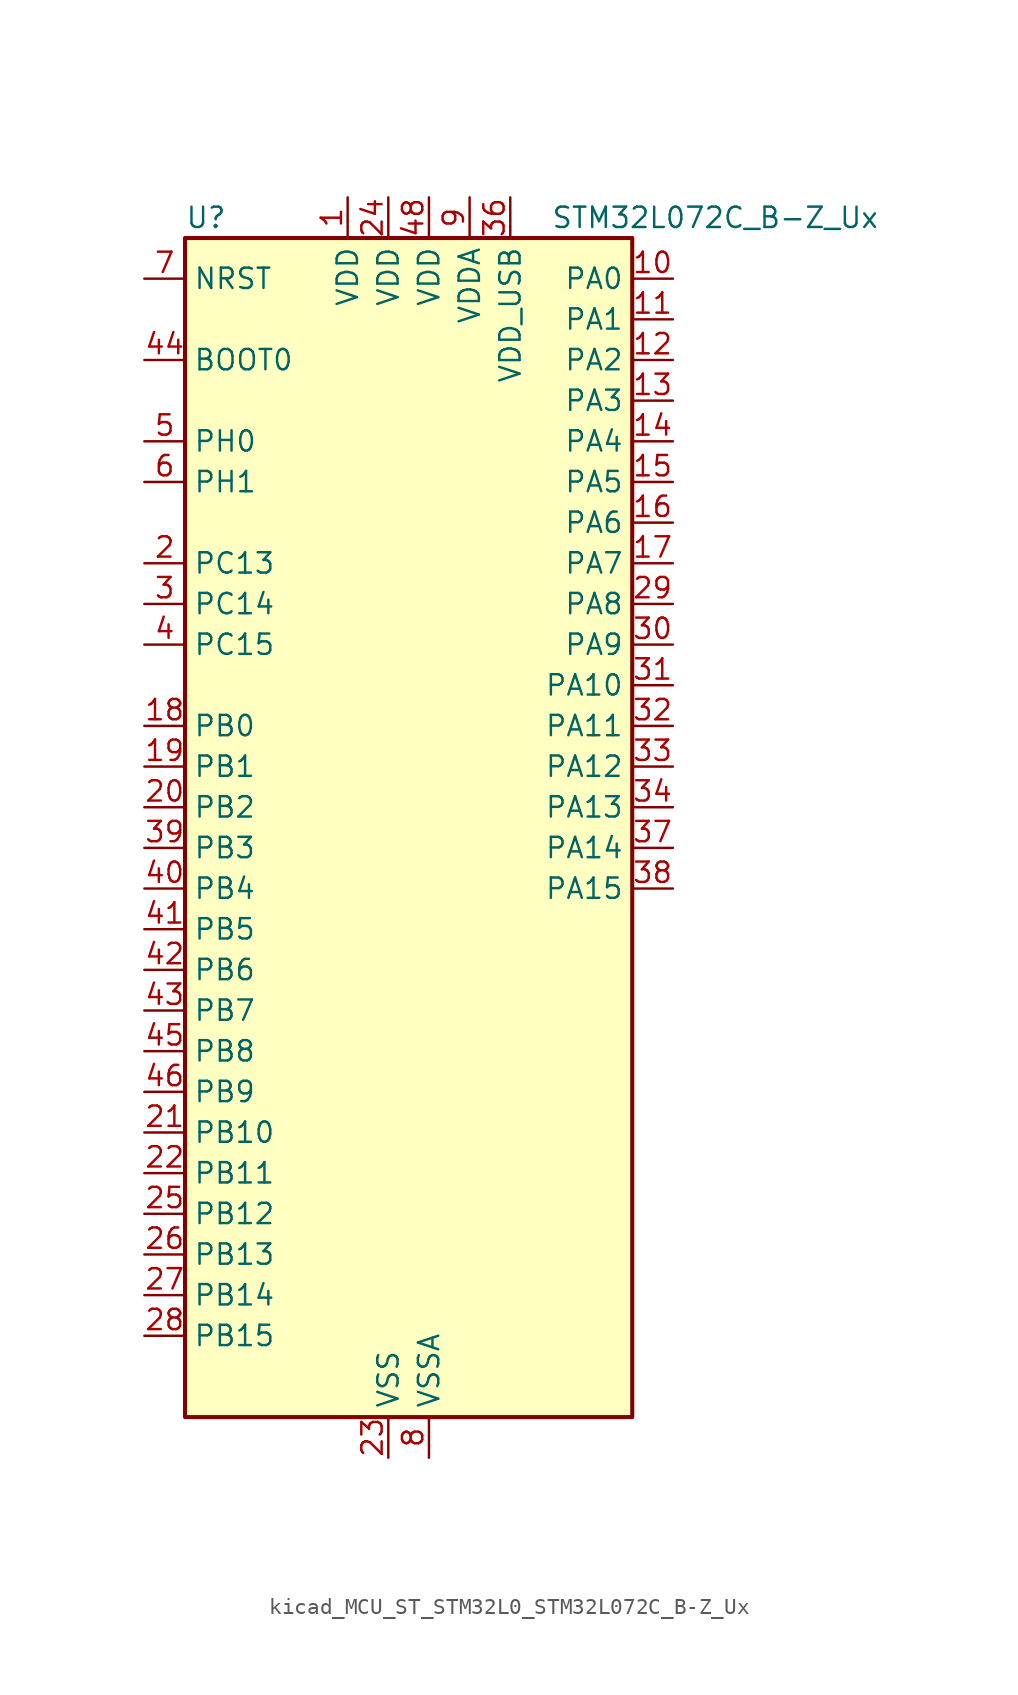
<source format=kicad_sym>
(kicad_symbol_lib
  (version 20220914)
  (generator kicad_symbol_editor)
  (symbol "kicad_MCU_ST_STM32L0_STM32L072C_B-Z_Ux"
    (property "Reference" "U"
      (at -12.7 39.37 0)
      (effects (font (size 1.27 1.27)) (justify left)))
    (property "Value" "STM32L072C_B-Z_Ux"
      (at 10.16 39.37 0)
      (effects (font (size 1.27 1.27)) (justify left)))
    (property "ki_locked" ""
      (at 0 0 0)
      (effects (font (size 1.27 1.27))))
    (symbol "kicad_MCU_ST_STM32L0_STM32L072C_B-Z_Ux_0_1"
      (rectangle (start -12.7 -35.56) (end 15.24 38.1) (stroke (width 0.254) (type default)) (fill (type background))))
    (symbol "kicad_MCU_ST_STM32L0_STM32L072C_B-Z_Ux_1_1"
      (pin power_in line (at -2.54 40.64 270) (length 2.54) (name "VDD" (effects (font (size 1.27 1.27)))) (number "1" (effects (font (size 1.27 1.27)))))
      (pin bidirectional line (at 17.78 35.56 180) (length 2.54) (name "PA0" (effects (font (size 1.27 1.27)))) (number "10" (effects (font (size 1.27 1.27)))) (alternate "ADC_IN0" bidirectional line) (alternate "COMP1_INM" bidirectional line) (alternate "COMP1_OUT" bidirectional line) (alternate "RTC_TAMP2" bidirectional line) (alternate "SYS_WKUP1" bidirectional line) (alternate "TIM2_CH1" bidirectional line) (alternate "TIM2_ETR" bidirectional line) (alternate "TSC_G1_IO1" bidirectional line) (alternate "USART2_CTS" bidirectional line) (alternate "USART4_TX" bidirectional line))
      (pin bidirectional line (at 17.78 33.02 180) (length 2.54) (name "PA1" (effects (font (size 1.27 1.27)))) (number "11" (effects (font (size 1.27 1.27)))) (alternate "ADC_IN1" bidirectional line) (alternate "COMP1_INP" bidirectional line) (alternate "TIM21_ETR" bidirectional line) (alternate "TIM2_CH2" bidirectional line) (alternate "TSC_G1_IO2" bidirectional line) (alternate "USART2_DE" bidirectional line) (alternate "USART2_RTS" bidirectional line) (alternate "USART4_RX" bidirectional line))
      (pin bidirectional line (at 17.78 30.48 180) (length 2.54) (name "PA2" (effects (font (size 1.27 1.27)))) (number "12" (effects (font (size 1.27 1.27)))) (alternate "ADC_IN2" bidirectional line) (alternate "COMP2_INM" bidirectional line) (alternate "COMP2_OUT" bidirectional line) (alternate "LPUART1_TX" bidirectional line) (alternate "TIM21_CH1" bidirectional line) (alternate "TIM2_CH3" bidirectional line) (alternate "TSC_G1_IO3" bidirectional line) (alternate "USART2_TX" bidirectional line))
      (pin bidirectional line (at 17.78 27.94 180) (length 2.54) (name "PA3" (effects (font (size 1.27 1.27)))) (number "13" (effects (font (size 1.27 1.27)))) (alternate "ADC_IN3" bidirectional line) (alternate "COMP2_INP" bidirectional line) (alternate "LPUART1_RX" bidirectional line) (alternate "TIM21_CH2" bidirectional line) (alternate "TIM2_CH4" bidirectional line) (alternate "TSC_G1_IO4" bidirectional line) (alternate "USART2_RX" bidirectional line))
      (pin bidirectional line (at 17.78 25.4 180) (length 2.54) (name "PA4" (effects (font (size 1.27 1.27)))) (number "14" (effects (font (size 1.27 1.27)))) (alternate "ADC_IN4" bidirectional line) (alternate "COMP1_INM" bidirectional line) (alternate "COMP2_INM" bidirectional line) (alternate "DAC_OUT1" bidirectional line) (alternate "SPI1_NSS" bidirectional line) (alternate "TIM22_ETR" bidirectional line) (alternate "TSC_G2_IO1" bidirectional line) (alternate "USART2_CK" bidirectional line))
      (pin bidirectional line (at 17.78 22.86 180) (length 2.54) (name "PA5" (effects (font (size 1.27 1.27)))) (number "15" (effects (font (size 1.27 1.27)))) (alternate "ADC_IN5" bidirectional line) (alternate "COMP1_INM" bidirectional line) (alternate "COMP2_INM" bidirectional line) (alternate "DAC_OUT2" bidirectional line) (alternate "SPI1_SCK" bidirectional line) (alternate "TIM2_CH1" bidirectional line) (alternate "TIM2_ETR" bidirectional line) (alternate "TSC_G2_IO2" bidirectional line))
      (pin bidirectional line (at 17.78 20.32 180) (length 2.54) (name "PA6" (effects (font (size 1.27 1.27)))) (number "16" (effects (font (size 1.27 1.27)))) (alternate "ADC_IN6" bidirectional line) (alternate "COMP1_OUT" bidirectional line) (alternate "LPUART1_CTS" bidirectional line) (alternate "SPI1_MISO" bidirectional line) (alternate "TIM22_CH1" bidirectional line) (alternate "TIM3_CH1" bidirectional line) (alternate "TSC_G2_IO3" bidirectional line))
      (pin bidirectional line (at 17.78 17.78 180) (length 2.54) (name "PA7" (effects (font (size 1.27 1.27)))) (number "17" (effects (font (size 1.27 1.27)))) (alternate "ADC_IN7" bidirectional line) (alternate "COMP2_OUT" bidirectional line) (alternate "SPI1_MOSI" bidirectional line) (alternate "TIM22_CH2" bidirectional line) (alternate "TIM3_CH2" bidirectional line) (alternate "TSC_G2_IO4" bidirectional line))
      (pin bidirectional line (at -15.24 7.62 0) (length 2.54) (name "PB0" (effects (font (size 1.27 1.27)))) (number "18" (effects (font (size 1.27 1.27)))) (alternate "ADC_IN8" bidirectional line) (alternate "SYS_VREF_OUT_PB0" bidirectional line) (alternate "TIM3_CH3" bidirectional line) (alternate "TSC_G3_IO2" bidirectional line))
      (pin bidirectional line (at -15.24 5.08 0) (length 2.54) (name "PB1" (effects (font (size 1.27 1.27)))) (number "19" (effects (font (size 1.27 1.27)))) (alternate "ADC_IN9" bidirectional line) (alternate "LPUART1_DE" bidirectional line) (alternate "LPUART1_RTS" bidirectional line) (alternate "SYS_VREF_OUT_PB1" bidirectional line) (alternate "TIM3_CH4" bidirectional line) (alternate "TSC_G3_IO3" bidirectional line))
      (pin bidirectional line (at -15.24 17.78 0) (length 2.54) (name "PC13" (effects (font (size 1.27 1.27)))) (number "2" (effects (font (size 1.27 1.27)))) (alternate "RTC_OUT_ALARM" bidirectional line) (alternate "RTC_OUT_CALIB" bidirectional line) (alternate "RTC_TAMP1" bidirectional line) (alternate "RTC_TS" bidirectional line) (alternate "SYS_WKUP2" bidirectional line))
      (pin bidirectional line (at -15.24 2.54 0) (length 2.54) (name "PB2" (effects (font (size 1.27 1.27)))) (number "20" (effects (font (size 1.27 1.27)))) (alternate "I2C3_SMBA" bidirectional line) (alternate "LPTIM1_OUT" bidirectional line) (alternate "TSC_G3_IO4" bidirectional line))
      (pin bidirectional line (at -15.24 -17.78 0) (length 2.54) (name "PB10" (effects (font (size 1.27 1.27)))) (number "21" (effects (font (size 1.27 1.27)))) (alternate "I2C2_SCL" bidirectional line) (alternate "LPUART1_RX" bidirectional line) (alternate "LPUART1_TX" bidirectional line) (alternate "SPI2_SCK" bidirectional line) (alternate "TIM2_CH3" bidirectional line) (alternate "TSC_SYNC" bidirectional line))
      (pin bidirectional line (at -15.24 -20.32 0) (length 2.54) (name "PB11" (effects (font (size 1.27 1.27)))) (number "22" (effects (font (size 1.27 1.27)))) (alternate "ADC_EXTI11" bidirectional line) (alternate "I2C2_SDA" bidirectional line) (alternate "LPUART1_RX" bidirectional line) (alternate "LPUART1_TX" bidirectional line) (alternate "TIM2_CH4" bidirectional line) (alternate "TSC_G6_IO1" bidirectional line))
      (pin power_in line (at 0 -38.1 90) (length 2.54) (name "VSS" (effects (font (size 1.27 1.27)))) (number "23" (effects (font (size 1.27 1.27)))))
      (pin power_in line (at 0 40.64 270) (length 2.54) (name "VDD" (effects (font (size 1.27 1.27)))) (number "24" (effects (font (size 1.27 1.27)))))
      (pin bidirectional line (at -15.24 -22.86 0) (length 2.54) (name "PB12" (effects (font (size 1.27 1.27)))) (number "25" (effects (font (size 1.27 1.27)))) (alternate "I2S2_WS" bidirectional line) (alternate "LPUART1_DE" bidirectional line) (alternate "LPUART1_RTS" bidirectional line) (alternate "SPI2_NSS" bidirectional line) (alternate "TSC_G6_IO2" bidirectional line))
      (pin bidirectional line (at -15.24 -25.4 0) (length 2.54) (name "PB13" (effects (font (size 1.27 1.27)))) (number "26" (effects (font (size 1.27 1.27)))) (alternate "I2C2_SCL" bidirectional line) (alternate "I2S2_CK" bidirectional line) (alternate "LPUART1_CTS" bidirectional line) (alternate "RCC_MCO" bidirectional line) (alternate "SPI2_SCK" bidirectional line) (alternate "TIM21_CH1" bidirectional line) (alternate "TSC_G6_IO3" bidirectional line))
      (pin bidirectional line (at -15.24 -27.94 0) (length 2.54) (name "PB14" (effects (font (size 1.27 1.27)))) (number "27" (effects (font (size 1.27 1.27)))) (alternate "I2C2_SDA" bidirectional line) (alternate "I2S2_MCK" bidirectional line) (alternate "LPUART1_DE" bidirectional line) (alternate "LPUART1_RTS" bidirectional line) (alternate "RTC_OUT_ALARM" bidirectional line) (alternate "RTC_OUT_CALIB" bidirectional line) (alternate "SPI2_MISO" bidirectional line) (alternate "TIM21_CH2" bidirectional line) (alternate "TSC_G6_IO4" bidirectional line))
      (pin bidirectional line (at -15.24 -30.48 0) (length 2.54) (name "PB15" (effects (font (size 1.27 1.27)))) (number "28" (effects (font (size 1.27 1.27)))) (alternate "I2S2_SD" bidirectional line) (alternate "RTC_REFIN" bidirectional line) (alternate "SPI2_MOSI" bidirectional line))
      (pin bidirectional line (at 17.78 15.24 180) (length 2.54) (name "PA8" (effects (font (size 1.27 1.27)))) (number "29" (effects (font (size 1.27 1.27)))) (alternate "CRS_SYNC" bidirectional line) (alternate "I2C3_SCL" bidirectional line) (alternate "RCC_MCO" bidirectional line) (alternate "USART1_CK" bidirectional line))
      (pin bidirectional line (at -15.24 15.24 0) (length 2.54) (name "PC14" (effects (font (size 1.27 1.27)))) (number "3" (effects (font (size 1.27 1.27)))) (alternate "RCC_OSC32_IN" bidirectional line))
      (pin bidirectional line (at 17.78 12.7 180) (length 2.54) (name "PA9" (effects (font (size 1.27 1.27)))) (number "30" (effects (font (size 1.27 1.27)))) (alternate "DAC_EXTI9" bidirectional line) (alternate "I2C1_SCL" bidirectional line) (alternate "I2C3_SMBA" bidirectional line) (alternate "RCC_MCO" bidirectional line) (alternate "TSC_G4_IO1" bidirectional line) (alternate "USART1_TX" bidirectional line))
      (pin bidirectional line (at 17.78 10.16 180) (length 2.54) (name "PA10" (effects (font (size 1.27 1.27)))) (number "31" (effects (font (size 1.27 1.27)))) (alternate "I2C1_SDA" bidirectional line) (alternate "TSC_G4_IO2" bidirectional line) (alternate "USART1_RX" bidirectional line))
      (pin bidirectional line (at 17.78 7.62 180) (length 2.54) (name "PA11" (effects (font (size 1.27 1.27)))) (number "32" (effects (font (size 1.27 1.27)))) (alternate "ADC_EXTI11" bidirectional line) (alternate "COMP1_OUT" bidirectional line) (alternate "SPI1_MISO" bidirectional line) (alternate "TSC_G4_IO3" bidirectional line) (alternate "USART1_CTS" bidirectional line) (alternate "USB_DM" bidirectional line))
      (pin bidirectional line (at 17.78 5.08 180) (length 2.54) (name "PA12" (effects (font (size 1.27 1.27)))) (number "33" (effects (font (size 1.27 1.27)))) (alternate "COMP2_OUT" bidirectional line) (alternate "SPI1_MOSI" bidirectional line) (alternate "TSC_G4_IO4" bidirectional line) (alternate "USART1_DE" bidirectional line) (alternate "USART1_RTS" bidirectional line) (alternate "USB_DP" bidirectional line))
      (pin bidirectional line (at 17.78 2.54 180) (length 2.54) (name "PA13" (effects (font (size 1.27 1.27)))) (number "34" (effects (font (size 1.27 1.27)))) (alternate "LPUART1_RX" bidirectional line) (alternate "SYS_SWDIO" bidirectional line) (alternate "USB_NOE" bidirectional line))
      (pin passive line (at 0 -38.1 90) (length 2.54) hide (name "VSS" (effects (font (size 1.27 1.27)))) (number "35" (effects (font (size 1.27 1.27)))))
      (pin power_in line (at 7.62 40.64 270) (length 2.54) (name "VDD_USB" (effects (font (size 1.27 1.27)))) (number "36" (effects (font (size 1.27 1.27)))))
      (pin bidirectional line (at 17.78 0 180) (length 2.54) (name "PA14" (effects (font (size 1.27 1.27)))) (number "37" (effects (font (size 1.27 1.27)))) (alternate "LPUART1_TX" bidirectional line) (alternate "SYS_SWCLK" bidirectional line) (alternate "USART2_TX" bidirectional line))
      (pin bidirectional line (at 17.78 -2.54 180) (length 2.54) (name "PA15" (effects (font (size 1.27 1.27)))) (number "38" (effects (font (size 1.27 1.27)))) (alternate "SPI1_NSS" bidirectional line) (alternate "TIM2_CH1" bidirectional line) (alternate "TIM2_ETR" bidirectional line) (alternate "USART2_RX" bidirectional line) (alternate "USART4_DE" bidirectional line) (alternate "USART4_RTS" bidirectional line))
      (pin bidirectional line (at -15.24 0 0) (length 2.54) (name "PB3" (effects (font (size 1.27 1.27)))) (number "39" (effects (font (size 1.27 1.27)))) (alternate "COMP2_INM" bidirectional line) (alternate "SPI1_SCK" bidirectional line) (alternate "TIM2_CH2" bidirectional line) (alternate "TSC_G5_IO1" bidirectional line) (alternate "USART1_DE" bidirectional line) (alternate "USART1_RTS" bidirectional line) (alternate "USART5_TX" bidirectional line))
      (pin bidirectional line (at -15.24 12.7 0) (length 2.54) (name "PC15" (effects (font (size 1.27 1.27)))) (number "4" (effects (font (size 1.27 1.27)))) (alternate "RCC_OSC32_OUT" bidirectional line))
      (pin bidirectional line (at -15.24 -2.54 0) (length 2.54) (name "PB4" (effects (font (size 1.27 1.27)))) (number "40" (effects (font (size 1.27 1.27)))) (alternate "COMP2_INP" bidirectional line) (alternate "I2C3_SDA" bidirectional line) (alternate "SPI1_MISO" bidirectional line) (alternate "TIM22_CH1" bidirectional line) (alternate "TIM3_CH1" bidirectional line) (alternate "TSC_G5_IO2" bidirectional line) (alternate "USART1_CTS" bidirectional line) (alternate "USART5_RX" bidirectional line))
      (pin bidirectional line (at -15.24 -5.08 0) (length 2.54) (name "PB5" (effects (font (size 1.27 1.27)))) (number "41" (effects (font (size 1.27 1.27)))) (alternate "COMP2_INP" bidirectional line) (alternate "I2C1_SMBA" bidirectional line) (alternate "LPTIM1_IN1" bidirectional line) (alternate "SPI1_MOSI" bidirectional line) (alternate "TIM22_CH2" bidirectional line) (alternate "TIM3_CH2" bidirectional line) (alternate "USART1_CK" bidirectional line) (alternate "USART5_CK" bidirectional line) (alternate "USART5_DE" bidirectional line) (alternate "USART5_RTS" bidirectional line))
      (pin bidirectional line (at -15.24 -7.62 0) (length 2.54) (name "PB6" (effects (font (size 1.27 1.27)))) (number "42" (effects (font (size 1.27 1.27)))) (alternate "COMP2_INP" bidirectional line) (alternate "I2C1_SCL" bidirectional line) (alternate "LPTIM1_ETR" bidirectional line) (alternate "TSC_G5_IO3" bidirectional line) (alternate "USART1_TX" bidirectional line))
      (pin bidirectional line (at -15.24 -10.16 0) (length 2.54) (name "PB7" (effects (font (size 1.27 1.27)))) (number "43" (effects (font (size 1.27 1.27)))) (alternate "COMP2_INP" bidirectional line) (alternate "I2C1_SDA" bidirectional line) (alternate "LPTIM1_IN2" bidirectional line) (alternate "SYS_PVD_IN" bidirectional line) (alternate "TSC_G5_IO4" bidirectional line) (alternate "USART1_RX" bidirectional line) (alternate "USART4_CTS" bidirectional line))
      (pin input line (at -15.24 30.48 0) (length 2.54) (name "BOOT0" (effects (font (size 1.27 1.27)))) (number "44" (effects (font (size 1.27 1.27)))))
      (pin bidirectional line (at -15.24 -12.7 0) (length 2.54) (name "PB8" (effects (font (size 1.27 1.27)))) (number "45" (effects (font (size 1.27 1.27)))) (alternate "I2C1_SCL" bidirectional line) (alternate "TSC_SYNC" bidirectional line))
      (pin bidirectional line (at -15.24 -15.24 0) (length 2.54) (name "PB9" (effects (font (size 1.27 1.27)))) (number "46" (effects (font (size 1.27 1.27)))) (alternate "DAC_EXTI9" bidirectional line) (alternate "I2C1_SDA" bidirectional line) (alternate "I2S2_WS" bidirectional line) (alternate "SPI2_NSS" bidirectional line))
      (pin passive line (at 0 -38.1 90) (length 2.54) hide (name "VSS" (effects (font (size 1.27 1.27)))) (number "47" (effects (font (size 1.27 1.27)))))
      (pin power_in line (at 2.54 40.64 270) (length 2.54) (name "VDD" (effects (font (size 1.27 1.27)))) (number "48" (effects (font (size 1.27 1.27)))))
      (pin passive line (at 0 -38.1 90) (length 2.54) hide (name "VSS" (effects (font (size 1.27 1.27)))) (number "49" (effects (font (size 1.27 1.27)))))
      (pin bidirectional line (at -15.24 25.4 0) (length 2.54) (name "PH0" (effects (font (size 1.27 1.27)))) (number "5" (effects (font (size 1.27 1.27)))) (alternate "CRS_SYNC" bidirectional line) (alternate "RCC_OSC_IN" bidirectional line))
      (pin bidirectional line (at -15.24 22.86 0) (length 2.54) (name "PH1" (effects (font (size 1.27 1.27)))) (number "6" (effects (font (size 1.27 1.27)))) (alternate "RCC_OSC_OUT" bidirectional line))
      (pin input line (at -15.24 35.56 0) (length 2.54) (name "NRST" (effects (font (size 1.27 1.27)))) (number "7" (effects (font (size 1.27 1.27)))))
      (pin power_in line (at 2.54 -38.1 90) (length 2.54) (name "VSSA" (effects (font (size 1.27 1.27)))) (number "8" (effects (font (size 1.27 1.27)))))
      (pin power_in line (at 5.08 40.64 270) (length 2.54) (name "VDDA" (effects (font (size 1.27 1.27)))) (number "9" (effects (font (size 1.27 1.27))))))))
</source>
